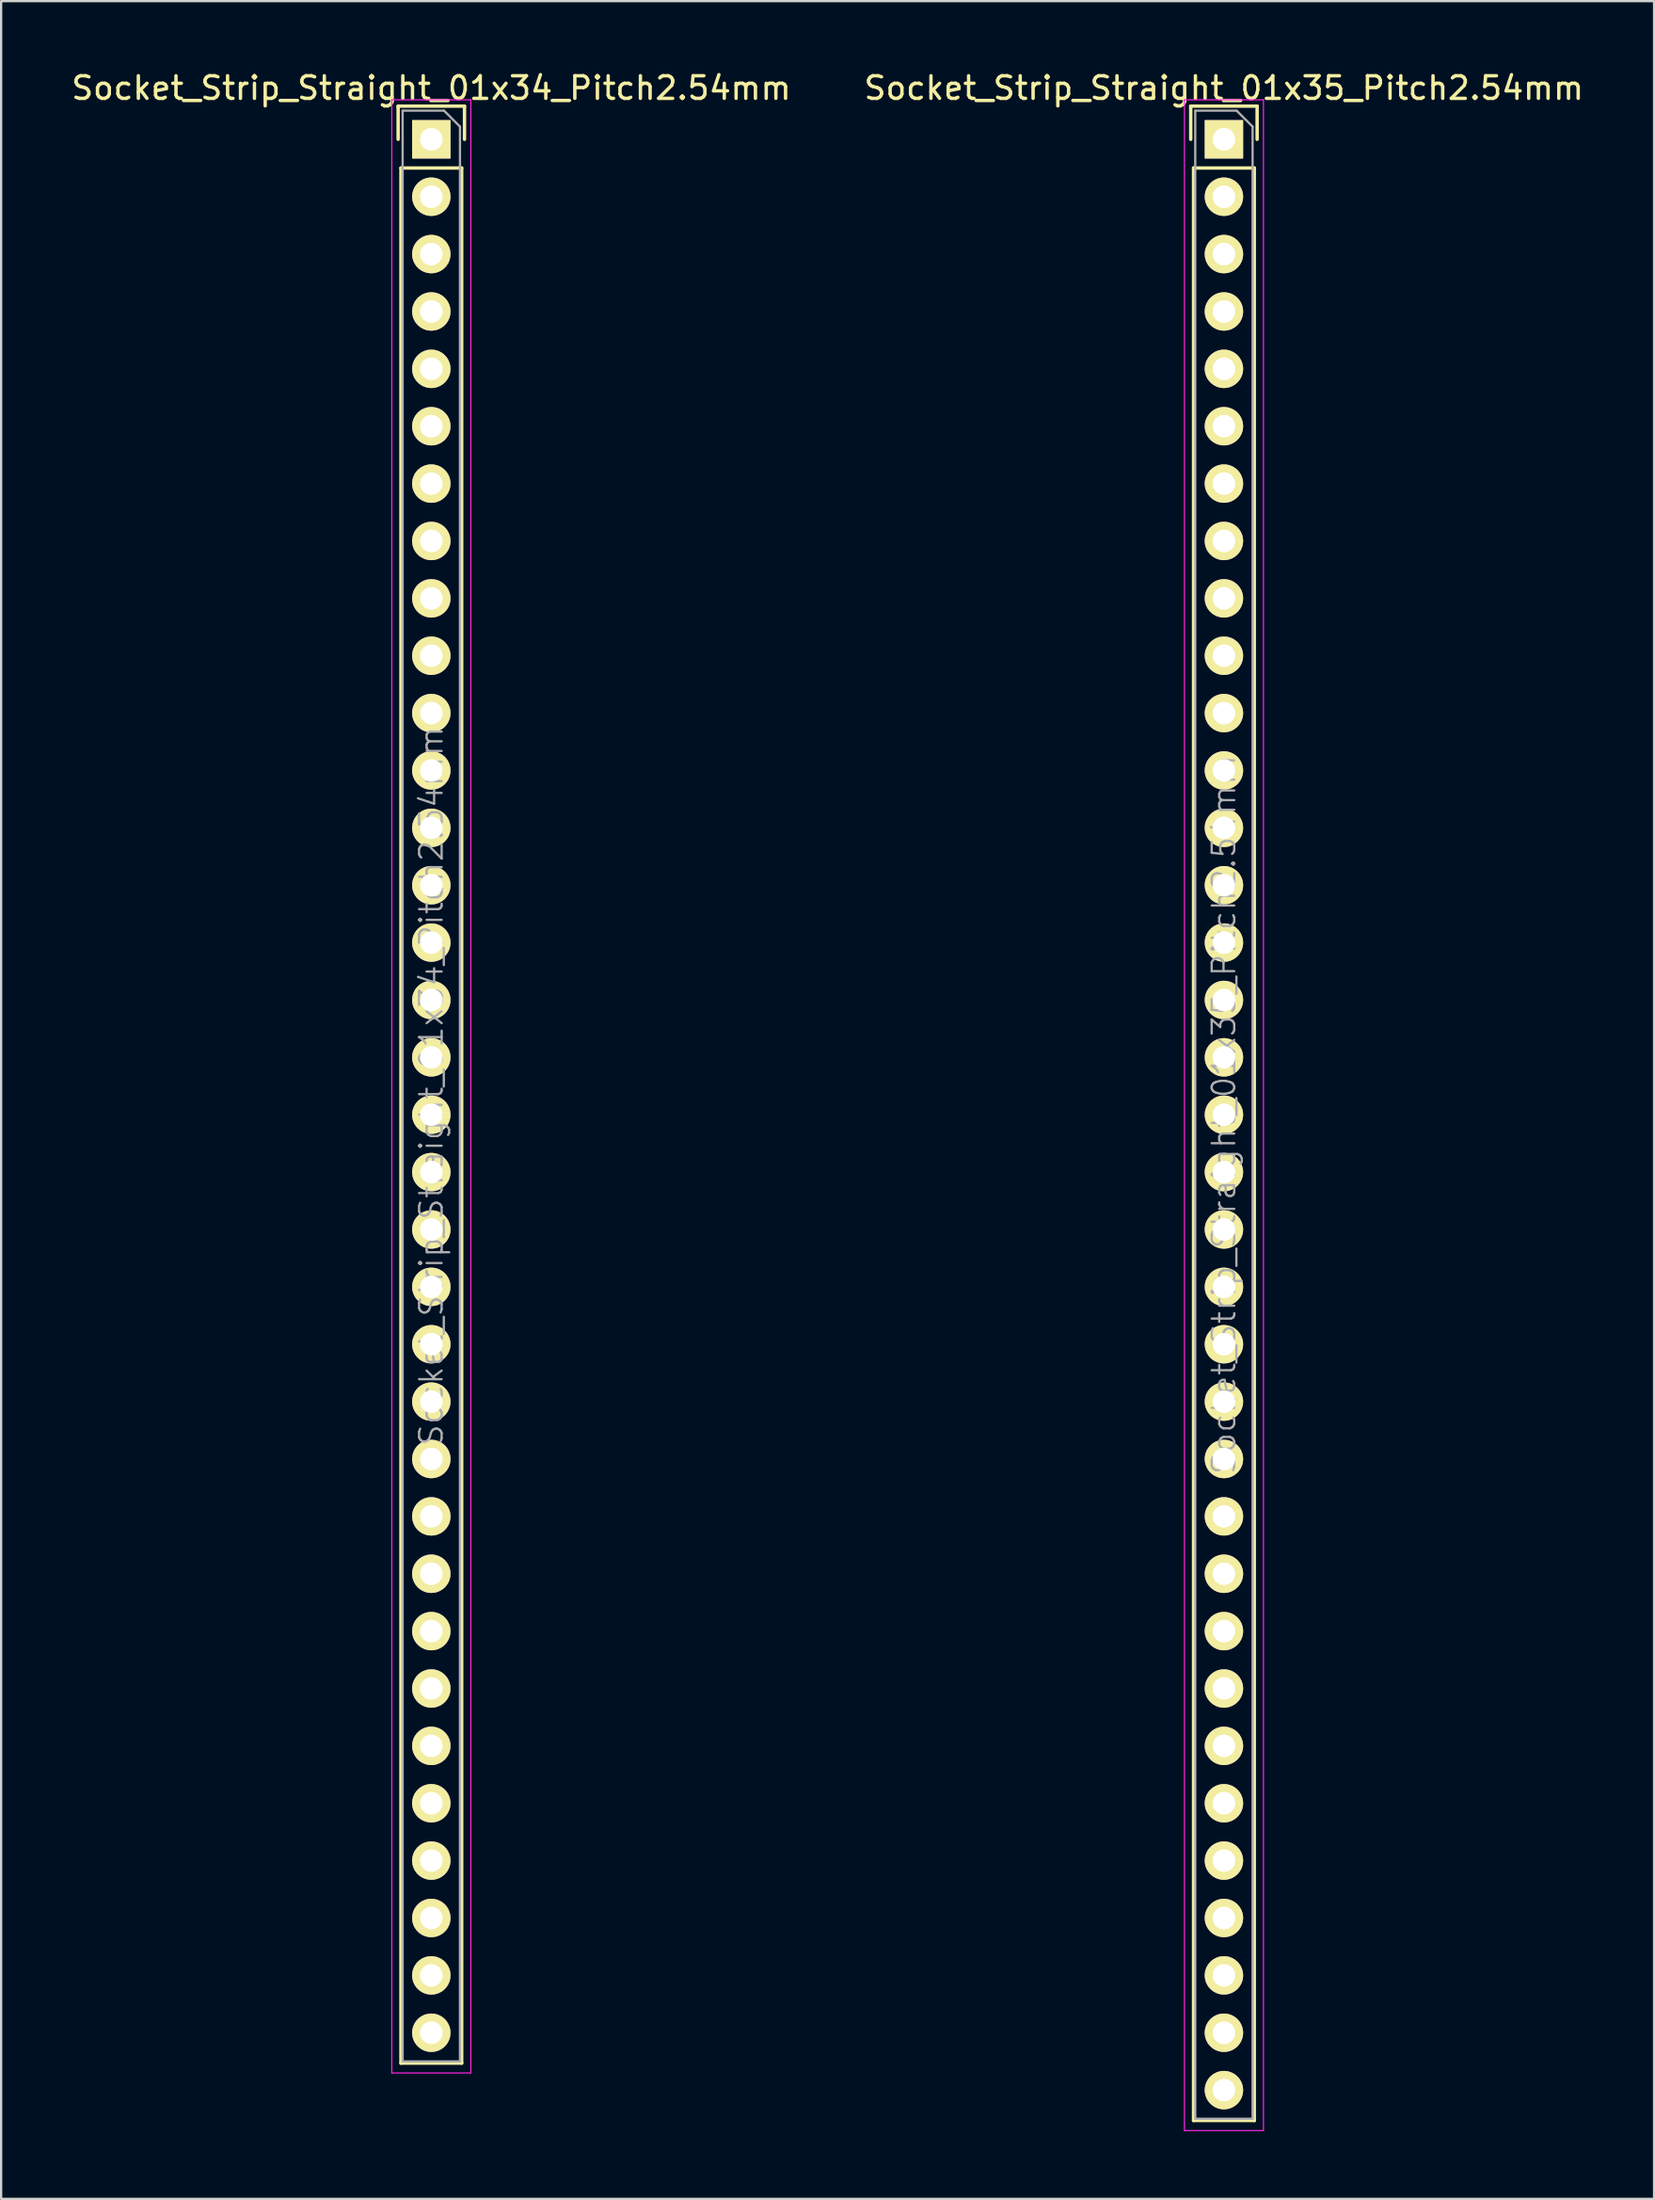
<source format=kicad_pcb>
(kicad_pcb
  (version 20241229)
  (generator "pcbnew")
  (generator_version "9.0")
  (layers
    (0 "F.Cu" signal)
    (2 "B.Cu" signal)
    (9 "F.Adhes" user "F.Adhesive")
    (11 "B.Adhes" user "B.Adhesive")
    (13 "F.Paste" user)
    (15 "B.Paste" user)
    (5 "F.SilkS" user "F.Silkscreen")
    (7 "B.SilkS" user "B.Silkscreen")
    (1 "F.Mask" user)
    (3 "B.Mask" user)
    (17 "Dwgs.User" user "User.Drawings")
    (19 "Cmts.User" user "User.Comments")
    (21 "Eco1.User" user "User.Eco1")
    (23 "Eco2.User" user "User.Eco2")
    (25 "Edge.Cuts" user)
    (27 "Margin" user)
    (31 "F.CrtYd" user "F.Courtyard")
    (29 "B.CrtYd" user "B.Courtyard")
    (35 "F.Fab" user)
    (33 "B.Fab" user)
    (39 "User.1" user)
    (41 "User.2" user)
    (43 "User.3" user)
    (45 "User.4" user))
  (footprint "Socket_Strip_Straight_01x34_Pitch2.54mm"
    (layer "F.Cu")
    (at 16.054 3.118)
    (property "Reference" "Socket_Strip_Straight_01x34_Pitch2.54mm" (at 0 -2.27 0) (layer "F.SilkS") (effects (font (size 1 1) (thickness 0.15))))
    (attr smd)
    (fp_line (start -1.47 -1.47) (end -1.47 0) (stroke (width 0.15) (type solid)) (layer "F.SilkS"))
    (fp_line (start -1.47 -1.47) (end 1.47 -1.47) (stroke (width 0.15) (type solid)) (layer "F.SilkS"))
    (fp_line (start -1.345 1.27) (end -1.345 85.165) (stroke (width 0.15) (type solid)) (layer "F.SilkS"))
    (fp_line (start -1.345 1.27) (end 1.345 1.27) (stroke (width 0.15) (type solid)) (layer "F.SilkS"))
    (fp_line (start -1.345 85.165) (end 1.345 85.165) (stroke (width 0.15) (type solid)) (layer "F.SilkS"))
    (fp_line (start 1.345 1.27) (end 1.345 85.165) (stroke (width 0.15) (type solid)) (layer "F.SilkS"))
    (fp_line (start 1.47 -1.47) (end 1.47 0) (stroke (width 0.15) (type solid)) (layer "F.SilkS"))
    (fp_line (start -1.75 -1.75) (end -1.75 85.6) (stroke (width 0.05) (type solid)) (layer "F.CrtYd"))
    (fp_line (start 1.75 -1.75) (end -1.75 -1.75) (stroke (width 0.05) (type solid)) (layer "F.CrtYd"))
    (fp_line (start 1.75 -1.75) (end 1.75 85.6) (stroke (width 0.05) (type solid)) (layer "F.CrtYd"))
    (fp_line (start 1.75 85.6) (end -1.75 85.6) (stroke (width 0.05) (type solid)) (layer "F.CrtYd"))
    (fp_line (start -1.27 -1.27) (end 0.563 -1.27) (stroke (width 0.1) (type solid)) (layer "F.Fab"))
    (fp_line (start -1.27 85.09) (end -1.27 -1.27) (stroke (width 0.1) (type solid)) (layer "F.Fab"))
    (fp_line (start -1.27 85.09) (end 1.27 85.09) (stroke (width 0.1) (type solid)) (layer "F.Fab"))
    (fp_line (start 1.27 -0.563) (end 0.563 -1.27) (stroke (width 0.1) (type solid)) (layer "F.Fab"))
    (fp_line (start 1.27 85.09) (end 1.27 -0.563) (stroke (width 0.1) (type solid)) (layer "F.Fab"))
    (fp_text user "${REFERENCE}" (at 0 41.91 90) (layer "F.Fab") (effects (font (size 1 1) (thickness 0.1))))
    (pad "1" thru_hole rect (at 0 0) (size 1.7 1.7) (drill 1) (layers "*.Cu" "*.Mask" "F.SilkS"))
    (pad "2" thru_hole oval (at 0 2.54) (size 1.7 1.7) (drill 1) (layers "*.Cu" "*.Mask" "F.SilkS"))
    (pad "3" thru_hole oval (at 0 5.08) (size 1.7 1.7) (drill 1) (layers "*.Cu" "*.Mask" "F.SilkS"))
    (pad "4" thru_hole oval (at 0 7.62) (size 1.7 1.7) (drill 1) (layers "*.Cu" "*.Mask" "F.SilkS"))
    (pad "5" thru_hole oval (at 0 10.16) (size 1.7 1.7) (drill 1) (layers "*.Cu" "*.Mask" "F.SilkS"))
    (pad "6" thru_hole oval (at 0 12.7) (size 1.7 1.7) (drill 1) (layers "*.Cu" "*.Mask" "F.SilkS"))
    (pad "7" thru_hole oval (at 0 15.24) (size 1.7 1.7) (drill 1) (layers "*.Cu" "*.Mask" "F.SilkS"))
    (pad "8" thru_hole oval (at 0 17.78) (size 1.7 1.7) (drill 1) (layers "*.Cu" "*.Mask" "F.SilkS"))
    (pad "9" thru_hole oval (at 0 20.32) (size 1.7 1.7) (drill 1) (layers "*.Cu" "*.Mask" "F.SilkS"))
    (pad "10" thru_hole oval (at 0 22.86) (size 1.7 1.7) (drill 1) (layers "*.Cu" "*.Mask" "F.SilkS"))
    (pad "11" thru_hole oval (at 0 25.4) (size 1.7 1.7) (drill 1) (layers "*.Cu" "*.Mask" "F.SilkS"))
    (pad "12" thru_hole oval (at 0 27.94) (size 1.7 1.7) (drill 1) (layers "*.Cu" "*.Mask" "F.SilkS"))
    (pad "13" thru_hole oval (at 0 30.48) (size 1.7 1.7) (drill 1) (layers "*.Cu" "*.Mask" "F.SilkS"))
    (pad "14" thru_hole oval (at 0 33.02) (size 1.7 1.7) (drill 1) (layers "*.Cu" "*.Mask" "F.SilkS"))
    (pad "15" thru_hole oval (at 0 35.56) (size 1.7 1.7) (drill 1) (layers "*.Cu" "*.Mask" "F.SilkS"))
    (pad "16" thru_hole oval (at 0 38.1) (size 1.7 1.7) (drill 1) (layers "*.Cu" "*.Mask" "F.SilkS"))
    (pad "17" thru_hole oval (at 0 40.64) (size 1.7 1.7) (drill 1) (layers "*.Cu" "*.Mask" "F.SilkS"))
    (pad "18" thru_hole oval (at 0 43.18) (size 1.7 1.7) (drill 1) (layers "*.Cu" "*.Mask" "F.SilkS"))
    (pad "19" thru_hole oval (at 0 45.72) (size 1.7 1.7) (drill 1) (layers "*.Cu" "*.Mask" "F.SilkS"))
    (pad "20" thru_hole oval (at 0 48.26) (size 1.7 1.7) (drill 1) (layers "*.Cu" "*.Mask" "F.SilkS"))
    (pad "21" thru_hole oval (at 0 50.8) (size 1.7 1.7) (drill 1) (layers "*.Cu" "*.Mask" "F.SilkS"))
    (pad "22" thru_hole oval (at 0 53.34) (size 1.7 1.7) (drill 1) (layers "*.Cu" "*.Mask" "F.SilkS"))
    (pad "23" thru_hole oval (at 0 55.88) (size 1.7 1.7) (drill 1) (layers "*.Cu" "*.Mask" "F.SilkS"))
    (pad "24" thru_hole oval (at 0 58.42) (size 1.7 1.7) (drill 1) (layers "*.Cu" "*.Mask" "F.SilkS"))
    (pad "25" thru_hole oval (at 0 60.96) (size 1.7 1.7) (drill 1) (layers "*.Cu" "*.Mask" "F.SilkS"))
    (pad "26" thru_hole oval (at 0 63.5) (size 1.7 1.7) (drill 1) (layers "*.Cu" "*.Mask" "F.SilkS"))
    (pad "27" thru_hole oval (at 0 66.04) (size 1.7 1.7) (drill 1) (layers "*.Cu" "*.Mask" "F.SilkS"))
    (pad "28" thru_hole oval (at 0 68.58) (size 1.7 1.7) (drill 1) (layers "*.Cu" "*.Mask" "F.SilkS"))
    (pad "29" thru_hole oval (at 0 71.12) (size 1.7 1.7) (drill 1) (layers "*.Cu" "*.Mask" "F.SilkS"))
    (pad "30" thru_hole oval (at 0 73.66) (size 1.7 1.7) (drill 1) (layers "*.Cu" "*.Mask" "F.SilkS"))
    (pad "31" thru_hole oval (at 0 76.2) (size 1.7 1.7) (drill 1) (layers "*.Cu" "*.Mask" "F.SilkS"))
    (pad "32" thru_hole oval (at 0 78.74) (size 1.7 1.7) (drill 1) (layers "*.Cu" "*.Mask" "F.SilkS"))
    (pad "33" thru_hole oval (at 0 81.28) (size 1.7 1.7) (drill 1) (layers "*.Cu" "*.Mask" "F.SilkS"))
    (pad "34" thru_hole oval (at 0 83.82) (size 1.7 1.7) (drill 1) (layers "*.Cu" "*.Mask" "F.SilkS")))
  (footprint "Socket_Strip_Straight_01x35_Pitch2.54mm"
    (layer "F.Cu")
    (at 51.161 3.118)
    (property "Reference" "Socket_Strip_Straight_01x35_Pitch2.54mm" (at 0 -2.27 0) (layer "F.SilkS") (effects (font (size 1 1) (thickness 0.15))))
    (attr smd)
    (fp_line (start -1.47 -1.47) (end -1.47 0) (stroke (width 0.15) (type solid)) (layer "F.SilkS"))
    (fp_line (start -1.47 -1.47) (end 1.47 -1.47) (stroke (width 0.15) (type solid)) (layer "F.SilkS"))
    (fp_line (start -1.345 1.27) (end -1.345 87.705) (stroke (width 0.15) (type solid)) (layer "F.SilkS"))
    (fp_line (start -1.345 1.27) (end 1.345 1.27) (stroke (width 0.15) (type solid)) (layer "F.SilkS"))
    (fp_line (start -1.345 87.705) (end 1.345 87.705) (stroke (width 0.15) (type solid)) (layer "F.SilkS"))
    (fp_line (start 1.345 1.27) (end 1.345 87.705) (stroke (width 0.15) (type solid)) (layer "F.SilkS"))
    (fp_line (start 1.47 -1.47) (end 1.47 0) (stroke (width 0.15) (type solid)) (layer "F.SilkS"))
    (fp_line (start -1.75 -1.75) (end -1.75 88.15) (stroke (width 0.05) (type solid)) (layer "F.CrtYd"))
    (fp_line (start 1.75 -1.75) (end -1.75 -1.75) (stroke (width 0.05) (type solid)) (layer "F.CrtYd"))
    (fp_line (start 1.75 -1.75) (end 1.75 88.15) (stroke (width 0.05) (type solid)) (layer "F.CrtYd"))
    (fp_line (start 1.75 88.15) (end -1.75 88.15) (stroke (width 0.05) (type solid)) (layer "F.CrtYd"))
    (fp_line (start -1.27 -1.27) (end 0.563 -1.27) (stroke (width 0.1) (type solid)) (layer "F.Fab"))
    (fp_line (start -1.27 87.63) (end -1.27 -1.27) (stroke (width 0.1) (type solid)) (layer "F.Fab"))
    (fp_line (start -1.27 87.63) (end 1.27 87.63) (stroke (width 0.1) (type solid)) (layer "F.Fab"))
    (fp_line (start 1.27 -0.563) (end 0.563 -1.27) (stroke (width 0.1) (type solid)) (layer "F.Fab"))
    (fp_line (start 1.27 87.63) (end 1.27 -0.563) (stroke (width 0.1) (type solid)) (layer "F.Fab"))
    (fp_text user "${REFERENCE}" (at 0 43.18 90) (layer "F.Fab") (effects (font (size 1 1) (thickness 0.1))))
    (pad "1" thru_hole rect (at 0 0) (size 1.7 1.7) (drill 1) (layers "*.Cu" "*.Mask" "F.SilkS"))
    (pad "2" thru_hole oval (at 0 2.54) (size 1.7 1.7) (drill 1) (layers "*.Cu" "*.Mask" "F.SilkS"))
    (pad "3" thru_hole oval (at 0 5.08) (size 1.7 1.7) (drill 1) (layers "*.Cu" "*.Mask" "F.SilkS"))
    (pad "4" thru_hole oval (at 0 7.62) (size 1.7 1.7) (drill 1) (layers "*.Cu" "*.Mask" "F.SilkS"))
    (pad "5" thru_hole oval (at 0 10.16) (size 1.7 1.7) (drill 1) (layers "*.Cu" "*.Mask" "F.SilkS"))
    (pad "6" thru_hole oval (at 0 12.7) (size 1.7 1.7) (drill 1) (layers "*.Cu" "*.Mask" "F.SilkS"))
    (pad "7" thru_hole oval (at 0 15.24) (size 1.7 1.7) (drill 1) (layers "*.Cu" "*.Mask" "F.SilkS"))
    (pad "8" thru_hole oval (at 0 17.78) (size 1.7 1.7) (drill 1) (layers "*.Cu" "*.Mask" "F.SilkS"))
    (pad "9" thru_hole oval (at 0 20.32) (size 1.7 1.7) (drill 1) (layers "*.Cu" "*.Mask" "F.SilkS"))
    (pad "10" thru_hole oval (at 0 22.86) (size 1.7 1.7) (drill 1) (layers "*.Cu" "*.Mask" "F.SilkS"))
    (pad "11" thru_hole oval (at 0 25.4) (size 1.7 1.7) (drill 1) (layers "*.Cu" "*.Mask" "F.SilkS"))
    (pad "12" thru_hole oval (at 0 27.94) (size 1.7 1.7) (drill 1) (layers "*.Cu" "*.Mask" "F.SilkS"))
    (pad "13" thru_hole oval (at 0 30.48) (size 1.7 1.7) (drill 1) (layers "*.Cu" "*.Mask" "F.SilkS"))
    (pad "14" thru_hole oval (at 0 33.02) (size 1.7 1.7) (drill 1) (layers "*.Cu" "*.Mask" "F.SilkS"))
    (pad "15" thru_hole oval (at 0 35.56) (size 1.7 1.7) (drill 1) (layers "*.Cu" "*.Mask" "F.SilkS"))
    (pad "16" thru_hole oval (at 0 38.1) (size 1.7 1.7) (drill 1) (layers "*.Cu" "*.Mask" "F.SilkS"))
    (pad "17" thru_hole oval (at 0 40.64) (size 1.7 1.7) (drill 1) (layers "*.Cu" "*.Mask" "F.SilkS"))
    (pad "18" thru_hole oval (at 0 43.18) (size 1.7 1.7) (drill 1) (layers "*.Cu" "*.Mask" "F.SilkS"))
    (pad "19" thru_hole oval (at 0 45.72) (size 1.7 1.7) (drill 1) (layers "*.Cu" "*.Mask" "F.SilkS"))
    (pad "20" thru_hole oval (at 0 48.26) (size 1.7 1.7) (drill 1) (layers "*.Cu" "*.Mask" "F.SilkS"))
    (pad "21" thru_hole oval (at 0 50.8) (size 1.7 1.7) (drill 1) (layers "*.Cu" "*.Mask" "F.SilkS"))
    (pad "22" thru_hole oval (at 0 53.34) (size 1.7 1.7) (drill 1) (layers "*.Cu" "*.Mask" "F.SilkS"))
    (pad "23" thru_hole oval (at 0 55.88) (size 1.7 1.7) (drill 1) (layers "*.Cu" "*.Mask" "F.SilkS"))
    (pad "24" thru_hole oval (at 0 58.42) (size 1.7 1.7) (drill 1) (layers "*.Cu" "*.Mask" "F.SilkS"))
    (pad "25" thru_hole oval (at 0 60.96) (size 1.7 1.7) (drill 1) (layers "*.Cu" "*.Mask" "F.SilkS"))
    (pad "26" thru_hole oval (at 0 63.5) (size 1.7 1.7) (drill 1) (layers "*.Cu" "*.Mask" "F.SilkS"))
    (pad "27" thru_hole oval (at 0 66.04) (size 1.7 1.7) (drill 1) (layers "*.Cu" "*.Mask" "F.SilkS"))
    (pad "28" thru_hole oval (at 0 68.58) (size 1.7 1.7) (drill 1) (layers "*.Cu" "*.Mask" "F.SilkS"))
    (pad "29" thru_hole oval (at 0 71.12) (size 1.7 1.7) (drill 1) (layers "*.Cu" "*.Mask" "F.SilkS"))
    (pad "30" thru_hole oval (at 0 73.66) (size 1.7 1.7) (drill 1) (layers "*.Cu" "*.Mask" "F.SilkS"))
    (pad "31" thru_hole oval (at 0 76.2) (size 1.7 1.7) (drill 1) (layers "*.Cu" "*.Mask" "F.SilkS"))
    (pad "32" thru_hole oval (at 0 78.74) (size 1.7 1.7) (drill 1) (layers "*.Cu" "*.Mask" "F.SilkS"))
    (pad "33" thru_hole oval (at 0 81.28) (size 1.7 1.7) (drill 1) (layers "*.Cu" "*.Mask" "F.SilkS"))
    (pad "34" thru_hole oval (at 0 83.82) (size 1.7 1.7) (drill 1) (layers "*.Cu" "*.Mask" "F.SilkS"))
    (pad "35" thru_hole oval (at 0 86.36) (size 1.7 1.7) (drill 1) (layers "*.Cu" "*.Mask" "F.SilkS")))
  (gr_rect
    (start -3 -3)
    (end 70.214 94.293)
    (stroke (width 0.1) (type default))
    (fill no)
    (layer "Edge.Cuts")))
</source>
